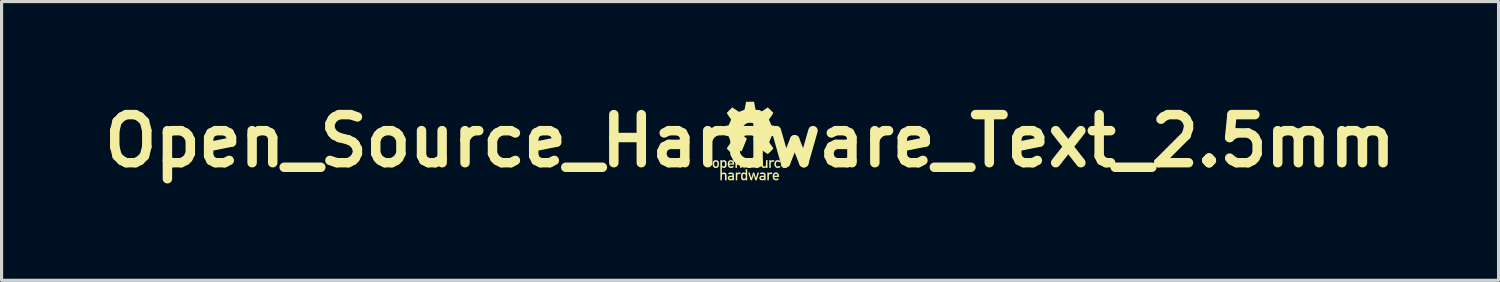
<source format=kicad_pcb>
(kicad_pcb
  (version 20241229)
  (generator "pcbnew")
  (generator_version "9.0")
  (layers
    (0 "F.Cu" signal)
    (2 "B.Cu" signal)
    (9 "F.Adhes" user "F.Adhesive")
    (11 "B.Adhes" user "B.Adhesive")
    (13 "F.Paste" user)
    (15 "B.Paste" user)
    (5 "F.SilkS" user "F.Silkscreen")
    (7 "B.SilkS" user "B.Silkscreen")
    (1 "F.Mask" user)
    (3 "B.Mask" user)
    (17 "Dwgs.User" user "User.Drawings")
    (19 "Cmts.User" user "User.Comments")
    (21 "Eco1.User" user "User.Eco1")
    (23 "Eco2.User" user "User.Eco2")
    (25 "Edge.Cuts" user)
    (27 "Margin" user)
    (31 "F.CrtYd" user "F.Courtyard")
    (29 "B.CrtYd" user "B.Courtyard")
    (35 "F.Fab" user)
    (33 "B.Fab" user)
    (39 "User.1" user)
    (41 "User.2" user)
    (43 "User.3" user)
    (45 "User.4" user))
  (footprint "Open_Source_Hardware_Text_2.5mm"
    (layer "F.Cu")
    (at 20.726 1.418)
    (property "Reference" "Open_Source_Hardware_Text_2.5mm" (at 0 0 0) (layer "F.SilkS") (effects (font (size 1.524 1.524) (thickness 0.3))))
    (attr board_only exclude_from_pos_files exclude_from_bom)
    (fp_poly (pts (xy 0.674 0.999) (xy 0.696 1.006) (xy 0.704 1.011) (xy 0.709 1.015) (xy 0.708 1.021) (xy 0.703 1.029) (xy 0.693 1.041) (xy 0.69 1.044) (xy 0.678 1.058) (xy 0.663 1.051) (xy 0.652 1.046) (xy 0.643 1.046) (xy 0.631 1.049) (xy 0.629 1.05) (xy 0.619 1.054) (xy 0.611 1.059) (xy 0.605 1.067) (xy 0.601 1.078) (xy 0.598 1.094) (xy 0.597 1.115) (xy 0.596 1.144) (xy 0.596 1.167) (xy 0.596 1.248) (xy 0.548 1.248) (xy 0.548 1.002) (xy 0.572 1.002) (xy 0.586 1.002) (xy 0.593 1.003) (xy 0.595 1.007) (xy 0.596 1.015) (xy 0.596 1.015) (xy 0.596 1.028) (xy 0.606 1.019) (xy 0.626 1.005) (xy 0.649 0.998)) (stroke (width 0) (type solid)) (fill yes) (layer "F.SilkS"))
    (fp_poly (pts (xy -0.326 0.999) (xy -0.305 1.005) (xy -0.3 1.008) (xy -0.294 1.012) (xy -0.292 1.016) (xy -0.294 1.022) (xy -0.301 1.031) (xy -0.312 1.044) (xy -0.319 1.053) (xy -0.325 1.055) (xy -0.332 1.053) (xy -0.335 1.051) (xy -0.35 1.046) (xy -0.363 1.046) (xy -0.378 1.052) (xy -0.387 1.057) (xy -0.394 1.063) (xy -0.399 1.072) (xy -0.402 1.085) (xy -0.404 1.102) (xy -0.405 1.125) (xy -0.406 1.156) (xy -0.406 1.168) (xy -0.406 1.248) (xy -0.453 1.248) (xy -0.453 1.002) (xy -0.43 1.002) (xy -0.416 1.002) (xy -0.409 1.004) (xy -0.406 1.007) (xy -0.406 1.013) (xy -0.405 1.021) (xy -0.402 1.023) (xy -0.395 1.019) (xy -0.388 1.013) (xy -0.37 1.003) (xy -0.349 0.998)) (stroke (width 0) (type solid)) (fill yes) (layer "F.SilkS"))
    (fp_poly (pts (xy 0.74 0.61) (xy 0.754 0.613) (xy 0.766 0.618) (xy 0.772 0.623) (xy 0.773 0.625) (xy 0.77 0.63) (xy 0.763 0.639) (xy 0.756 0.647) (xy 0.747 0.658) (xy 0.74 0.663) (xy 0.735 0.663) (xy 0.731 0.661) (xy 0.715 0.657) (xy 0.697 0.657) (xy 0.681 0.662) (xy 0.677 0.665) (xy 0.67 0.672) (xy 0.665 0.681) (xy 0.661 0.693) (xy 0.659 0.709) (xy 0.657 0.731) (xy 0.656 0.76) (xy 0.656 0.781) (xy 0.656 0.855) (xy 0.609 0.855) (xy 0.609 0.609) (xy 0.633 0.609) (xy 0.646 0.609) (xy 0.653 0.611) (xy 0.656 0.614) (xy 0.656 0.622) (xy 0.656 0.635) (xy 0.67 0.625) (xy 0.686 0.615) (xy 0.701 0.61) (xy 0.72 0.608) (xy 0.726 0.608)) (stroke (width 0) (type solid)) (fill yes) (layer "F.SilkS"))
    (fp_poly (pts (xy -0.322 0.611) (xy -0.302 0.621) (xy -0.289 0.633) (xy -0.282 0.641) (xy -0.276 0.649) (xy -0.272 0.659) (xy -0.269 0.671) (xy -0.267 0.688) (xy -0.266 0.709) (xy -0.265 0.737) (xy -0.264 0.763) (xy -0.263 0.855) (xy -0.315 0.855) (xy -0.316 0.768) (xy -0.317 0.682) (xy -0.331 0.669) (xy -0.348 0.659) (xy -0.366 0.656) (xy -0.384 0.659) (xy -0.392 0.663) (xy -0.4 0.67) (xy -0.405 0.678) (xy -0.409 0.688) (xy -0.412 0.703) (xy -0.414 0.723) (xy -0.414 0.749) (xy -0.415 0.777) (xy -0.415 0.855) (xy -0.462 0.855) (xy -0.462 0.609) (xy -0.438 0.609) (xy -0.425 0.609) (xy -0.418 0.611) (xy -0.415 0.614) (xy -0.415 0.622) (xy -0.415 0.635) (xy -0.401 0.625) (xy -0.385 0.615) (xy -0.37 0.61) (xy -0.351 0.608) (xy -0.345 0.608)) (stroke (width 0) (type solid)) (fill yes) (layer "F.SilkS"))
    (fp_poly (pts (xy 0.406 0.691) (xy 0.406 0.723) (xy 0.407 0.748) (xy 0.408 0.767) (xy 0.411 0.78) (xy 0.414 0.79) (xy 0.42 0.796) (xy 0.426 0.801) (xy 0.43 0.803) (xy 0.448 0.809) (xy 0.467 0.808) (xy 0.481 0.802) (xy 0.489 0.795) (xy 0.495 0.788) (xy 0.499 0.777) (xy 0.502 0.763) (xy 0.504 0.744) (xy 0.505 0.718) (xy 0.505 0.687) (xy 0.505 0.609) (xy 0.553 0.609) (xy 0.553 0.855) (xy 0.505 0.855) (xy 0.505 0.828) (xy 0.495 0.837) (xy 0.479 0.848) (xy 0.458 0.856) (xy 0.439 0.859) (xy 0.427 0.857) (xy 0.412 0.852) (xy 0.401 0.847) (xy 0.385 0.838) (xy 0.375 0.827) (xy 0.367 0.814) (xy 0.364 0.807) (xy 0.361 0.799) (xy 0.359 0.791) (xy 0.357 0.781) (xy 0.356 0.767) (xy 0.356 0.747) (xy 0.355 0.722) (xy 0.355 0.701) (xy 0.353 0.609) (xy 0.406 0.609)) (stroke (width 0) (type solid)) (fill yes) (layer "F.SilkS"))
    (fp_poly (pts (xy 0.911 0.611) (xy 0.936 0.621) (xy 0.957 0.635) (xy 0.959 0.637) (xy 0.969 0.648) (xy 0.954 0.663) (xy 0.945 0.672) (xy 0.938 0.677) (xy 0.936 0.678) (xy 0.931 0.676) (xy 0.922 0.67) (xy 0.917 0.667) (xy 0.898 0.658) (xy 0.877 0.656) (xy 0.857 0.66) (xy 0.84 0.67) (xy 0.828 0.685) (xy 0.827 0.689) (xy 0.823 0.701) (xy 0.821 0.718) (xy 0.82 0.732) (xy 0.823 0.76) (xy 0.83 0.781) (xy 0.842 0.797) (xy 0.86 0.806) (xy 0.867 0.808) (xy 0.889 0.809) (xy 0.91 0.803) (xy 0.922 0.794) (xy 0.931 0.789) (xy 0.939 0.789) (xy 0.95 0.796) (xy 0.958 0.805) (xy 0.969 0.816) (xy 0.956 0.829) (xy 0.938 0.843) (xy 0.915 0.853) (xy 0.889 0.858) (xy 0.864 0.858) (xy 0.851 0.855) (xy 0.823 0.843) (xy 0.801 0.824) (xy 0.784 0.8) (xy 0.774 0.771) (xy 0.769 0.739) (xy 0.772 0.705) (xy 0.773 0.701) (xy 0.783 0.669) (xy 0.798 0.643) (xy 0.817 0.625) (xy 0.842 0.613) (xy 0.873 0.608) (xy 0.881 0.608)) (stroke (width 0) (type solid)) (fill yes) (layer "F.SilkS"))
    (fp_poly (pts (xy -1.056 0.611) (xy -1.031 0.62) (xy -1.012 0.635) (xy -0.998 0.657) (xy -0.989 0.685) (xy -0.986 0.717) (xy -0.986 0.754) (xy -0.99 0.785) (xy -0.999 0.81) (xy -1.012 0.829) (xy -1.031 0.844) (xy -1.038 0.847) (xy -1.058 0.854) (xy -1.082 0.858) (xy -1.105 0.857) (xy -1.119 0.853) (xy -1.145 0.84) (xy -1.164 0.823) (xy -1.177 0.799) (xy -1.184 0.775) (xy -1.186 0.756) (xy -1.187 0.733) (xy -1.186 0.73) (xy -1.136 0.73) (xy -1.135 0.756) (xy -1.132 0.775) (xy -1.127 0.788) (xy -1.119 0.798) (xy -1.107 0.804) (xy -1.106 0.805) (xy -1.095 0.809) (xy -1.088 0.811) (xy -1.081 0.81) (xy -1.07 0.807) (xy -1.053 0.799) (xy -1.044 0.789) (xy -1.039 0.781) (xy -1.036 0.773) (xy -1.035 0.762) (xy -1.034 0.745) (xy -1.034 0.734) (xy -1.036 0.705) (xy -1.04 0.684) (xy -1.048 0.67) (xy -1.061 0.661) (xy -1.078 0.657) (xy -1.088 0.656) (xy -1.102 0.658) (xy -1.112 0.663) (xy -1.121 0.671) (xy -1.136 0.686) (xy -1.136 0.73) (xy -1.186 0.73) (xy -1.186 0.709) (xy -1.183 0.687) (xy -1.18 0.67) (xy -1.179 0.667) (xy -1.165 0.643) (xy -1.146 0.625) (xy -1.122 0.613) (xy -1.092 0.608) (xy -1.087 0.608)) (stroke (width 0) (type solid)) (fill yes) (layer "F.SilkS"))
    (fp_poly (pts (xy 1.116 0.612) (xy 1.142 0.623) (xy 1.162 0.64) (xy 1.176 0.664) (xy 1.185 0.693) (xy 1.188 0.724) (xy 1.188 0.751) (xy 1.031 0.751) (xy 1.034 0.765) (xy 1.039 0.782) (xy 1.047 0.794) (xy 1.059 0.803) (xy 1.079 0.811) (xy 1.102 0.811) (xy 1.125 0.804) (xy 1.13 0.801) (xy 1.15 0.789) (xy 1.181 0.821) (xy 1.166 0.834) (xy 1.143 0.848) (xy 1.116 0.856) (xy 1.087 0.858) (xy 1.058 0.854) (xy 1.055 0.853) (xy 1.031 0.842) (xy 1.012 0.825) (xy 0.998 0.803) (xy 0.993 0.791) (xy 0.99 0.781) (xy 0.988 0.768) (xy 0.987 0.752) (xy 0.987 0.734) (xy 0.988 0.703) (xy 0.988 0.7) (xy 1.034 0.7) (xy 1.034 0.708) (xy 1.034 0.708) (xy 1.04 0.71) (xy 1.052 0.711) (xy 1.07 0.712) (xy 1.086 0.713) (xy 1.136 0.713) (xy 1.136 0.702) (xy 1.132 0.683) (xy 1.123 0.668) (xy 1.109 0.659) (xy 1.093 0.654) (xy 1.076 0.654) (xy 1.06 0.66) (xy 1.046 0.671) (xy 1.037 0.688) (xy 1.036 0.689) (xy 1.034 0.7) (xy 0.988 0.7) (xy 0.992 0.679) (xy 0.999 0.659) (xy 1.009 0.643) (xy 1.02 0.633) (xy 1.035 0.62) (xy 1.05 0.613) (xy 1.068 0.609) (xy 1.087 0.608)) (stroke (width 0) (type solid)) (fill yes) (layer "F.SilkS"))
    (fp_poly (pts (xy 0.828 0.999) (xy 0.857 1.006) (xy 0.88 1.019) (xy 0.899 1.039) (xy 0.911 1.066) (xy 0.918 1.098) (xy 0.92 1.121) (xy 0.92 1.14) (xy 0.763 1.14) (xy 0.766 1.156) (xy 0.772 1.176) (xy 0.784 1.19) (xy 0.797 1.198) (xy 0.817 1.203) (xy 0.84 1.201) (xy 0.861 1.192) (xy 0.865 1.19) (xy 0.879 1.18) (xy 0.912 1.21) (xy 0.902 1.22) (xy 0.883 1.236) (xy 0.858 1.245) (xy 0.827 1.248) (xy 0.825 1.248) (xy 0.804 1.247) (xy 0.787 1.244) (xy 0.777 1.241) (xy 0.754 1.228) (xy 0.738 1.21) (xy 0.726 1.186) (xy 0.719 1.156) (xy 0.718 1.135) (xy 0.718 1.102) (xy 0.719 1.092) (xy 0.764 1.092) (xy 0.767 1.097) (xy 0.774 1.1) (xy 0.787 1.101) (xy 0.808 1.101) (xy 0.816 1.101) (xy 0.838 1.101) (xy 0.853 1.101) (xy 0.862 1.1) (xy 0.866 1.098) (xy 0.868 1.095) (xy 0.868 1.092) (xy 0.865 1.078) (xy 0.857 1.064) (xy 0.846 1.052) (xy 0.845 1.052) (xy 0.831 1.046) (xy 0.814 1.045) (xy 0.796 1.049) (xy 0.79 1.052) (xy 0.779 1.061) (xy 0.771 1.073) (xy 0.77 1.073) (xy 0.766 1.085) (xy 0.764 1.092) (xy 0.719 1.092) (xy 0.721 1.075) (xy 0.729 1.053) (xy 0.741 1.035) (xy 0.749 1.026) (xy 0.77 1.009) (xy 0.794 1) (xy 0.821 0.998)) (stroke (width 0) (type solid)) (fill yes) (layer "F.SilkS"))
    (fp_poly (pts (xy 0.24 0.611) (xy 0.263 0.62) (xy 0.282 0.635) (xy 0.288 0.641) (xy 0.298 0.653) (xy 0.304 0.667) (xy 0.308 0.683) (xy 0.31 0.705) (xy 0.311 0.733) (xy 0.311 0.736) (xy 0.31 0.76) (xy 0.309 0.778) (xy 0.307 0.791) (xy 0.303 0.801) (xy 0.287 0.825) (xy 0.266 0.843) (xy 0.242 0.854) (xy 0.214 0.859) (xy 0.186 0.856) (xy 0.175 0.852) (xy 0.154 0.841) (xy 0.135 0.823) (xy 0.121 0.802) (xy 0.12 0.801) (xy 0.117 0.79) (xy 0.114 0.777) (xy 0.113 0.76) (xy 0.112 0.736) (xy 0.112 0.732) (xy 0.16 0.732) (xy 0.161 0.759) (xy 0.165 0.779) (xy 0.173 0.793) (xy 0.185 0.803) (xy 0.191 0.805) (xy 0.204 0.81) (xy 0.214 0.811) (xy 0.226 0.808) (xy 0.231 0.806) (xy 0.246 0.797) (xy 0.256 0.784) (xy 0.261 0.765) (xy 0.263 0.74) (xy 0.263 0.735) (xy 0.263 0.714) (xy 0.26 0.696) (xy 0.257 0.685) (xy 0.247 0.67) (xy 0.232 0.66) (xy 0.214 0.656) (xy 0.196 0.658) (xy 0.18 0.666) (xy 0.168 0.679) (xy 0.164 0.688) (xy 0.161 0.699) (xy 0.16 0.715) (xy 0.16 0.732) (xy 0.112 0.732) (xy 0.113 0.707) (xy 0.115 0.685) (xy 0.119 0.668) (xy 0.125 0.654) (xy 0.134 0.642) (xy 0.135 0.641) (xy 0.154 0.623) (xy 0.176 0.613) (xy 0.202 0.609) (xy 0.212 0.608)) (stroke (width 0) (type solid)) (fill yes) (layer "F.SilkS"))
    (fp_poly (pts (xy -0.576 0.612) (xy -0.551 0.623) (xy -0.531 0.641) (xy -0.521 0.656) (xy -0.514 0.67) (xy -0.51 0.684) (xy -0.507 0.7) (xy -0.506 0.715) (xy -0.504 0.751) (xy -0.582 0.751) (xy -0.611 0.751) (xy -0.633 0.752) (xy -0.647 0.753) (xy -0.656 0.755) (xy -0.66 0.758) (xy -0.66 0.763) (xy -0.658 0.771) (xy -0.654 0.779) (xy -0.643 0.796) (xy -0.627 0.807) (xy -0.607 0.811) (xy -0.586 0.81) (xy -0.564 0.802) (xy -0.563 0.801) (xy -0.544 0.79) (xy -0.512 0.821) (xy -0.527 0.834) (xy -0.549 0.848) (xy -0.577 0.856) (xy -0.606 0.859) (xy -0.634 0.854) (xy -0.637 0.853) (xy -0.662 0.842) (xy -0.681 0.825) (xy -0.694 0.803) (xy -0.7 0.791) (xy -0.703 0.781) (xy -0.705 0.768) (xy -0.706 0.752) (xy -0.706 0.734) (xy -0.705 0.703) (xy -0.704 0.7) (xy -0.659 0.7) (xy -0.659 0.708) (xy -0.659 0.708) (xy -0.653 0.71) (xy -0.641 0.711) (xy -0.623 0.712) (xy -0.606 0.713) (xy -0.557 0.713) (xy -0.557 0.702) (xy -0.561 0.683) (xy -0.57 0.668) (xy -0.583 0.659) (xy -0.599 0.654) (xy -0.616 0.654) (xy -0.633 0.66) (xy -0.646 0.671) (xy -0.656 0.688) (xy -0.657 0.689) (xy -0.659 0.7) (xy -0.704 0.7) (xy -0.701 0.679) (xy -0.694 0.659) (xy -0.684 0.643) (xy -0.673 0.633) (xy -0.658 0.62) (xy -0.643 0.613) (xy -0.626 0.609) (xy -0.605 0.608)) (stroke (width 0) (type solid)) (fill yes) (layer "F.SilkS"))
    (fp_poly (pts (xy -0.091 1.248) (xy -0.114 1.248) (xy -0.128 1.248) (xy -0.135 1.246) (xy -0.138 1.243) (xy -0.138 1.237) (xy -0.139 1.229) (xy -0.142 1.227) (xy -0.148 1.231) (xy -0.156 1.236) (xy -0.171 1.243) (xy -0.19 1.247) (xy -0.211 1.247) (xy -0.231 1.245) (xy -0.241 1.241) (xy -0.26 1.227) (xy -0.275 1.207) (xy -0.28 1.193) (xy -0.283 1.18) (xy -0.284 1.162) (xy -0.285 1.141) (xy -0.237 1.141) (xy -0.233 1.166) (xy -0.224 1.185) (xy -0.21 1.196) (xy -0.191 1.2) (xy -0.189 1.2) (xy -0.169 1.197) (xy -0.159 1.192) (xy -0.148 1.18) (xy -0.142 1.165) (xy -0.139 1.143) (xy -0.139 1.115) (xy -0.139 1.114) (xy -0.141 1.09) (xy -0.145 1.072) (xy -0.152 1.06) (xy -0.162 1.053) (xy -0.172 1.049) (xy -0.188 1.046) (xy -0.202 1.048) (xy -0.205 1.049) (xy -0.218 1.057) (xy -0.228 1.07) (xy -0.234 1.09) (xy -0.236 1.108) (xy -0.237 1.141) (xy -0.285 1.141) (xy -0.285 1.139) (xy -0.285 1.115) (xy -0.284 1.092) (xy -0.283 1.072) (xy -0.281 1.057) (xy -0.281 1.053) (xy -0.273 1.038) (xy -0.26 1.023) (xy -0.244 1.009) (xy -0.228 1.001) (xy -0.223 0.999) (xy -0.197 0.998) (xy -0.173 1.004) (xy -0.158 1.012) (xy -0.148 1.019) (xy -0.142 1.023) (xy -0.141 1.023) (xy -0.14 1.019) (xy -0.139 1.008) (xy -0.138 0.991) (xy -0.138 0.971) (xy -0.138 0.961) (xy -0.138 0.898) (xy -0.091 0.898)) (stroke (width 0) (type solid)) (fill yes) (layer "F.SilkS"))
    (fp_poly (pts (xy -0.003 1.025) (xy 0.001 1.037) (xy 0.006 1.056) (xy 0.012 1.078) (xy 0.018 1.102) (xy 0.02 1.109) (xy 0.026 1.13) (xy 0.031 1.149) (xy 0.035 1.162) (xy 0.038 1.169) (xy 0.039 1.17) (xy 0.041 1.166) (xy 0.045 1.155) (xy 0.051 1.139) (xy 0.058 1.117) (xy 0.066 1.093) (xy 0.068 1.086) (xy 0.095 1.002) (xy 0.132 1.002) (xy 0.159 1.087) (xy 0.167 1.112) (xy 0.175 1.134) (xy 0.181 1.151) (xy 0.186 1.163) (xy 0.188 1.169) (xy 0.188 1.169) (xy 0.19 1.164) (xy 0.194 1.153) (xy 0.199 1.135) (xy 0.205 1.113) (xy 0.212 1.088) (xy 0.213 1.085) (xy 0.236 1.004) (xy 0.26 1.003) (xy 0.274 1.003) (xy 0.283 1.003) (xy 0.285 1.005) (xy 0.284 1.01) (xy 0.28 1.022) (xy 0.275 1.04) (xy 0.268 1.063) (xy 0.259 1.09) (xy 0.25 1.12) (xy 0.247 1.128) (xy 0.209 1.248) (xy 0.166 1.248) (xy 0.151 1.197) (xy 0.144 1.173) (xy 0.136 1.147) (xy 0.129 1.123) (xy 0.125 1.11) (xy 0.113 1.073) (xy 0.1 1.118) (xy 0.092 1.143) (xy 0.084 1.171) (xy 0.076 1.196) (xy 0.073 1.206) (xy 0.06 1.248) (xy 0.018 1.248) (xy 0.011 1.227) (xy 0.008 1.217) (xy 0.003 1.201) (xy -0.004 1.179) (xy -0.012 1.153) (xy -0.021 1.125) (xy -0.026 1.11) (xy -0.035 1.082) (xy -0.043 1.057) (xy -0.05 1.036) (xy -0.055 1.02) (xy -0.058 1.01) (xy -0.059 1.007) (xy -0.058 1.004) (xy -0.05 1.002) (xy -0.035 1.002) (xy -0.009 1.002)) (stroke (width 0) (type solid)) (fill yes) (layer "F.SilkS"))
    (fp_poly (pts (xy -0.024 0.609) (xy -0.013 0.61) (xy 0.008 0.611) (xy 0.023 0.613) (xy 0.035 0.616) (xy 0.047 0.622) (xy 0.051 0.624) (xy 0.063 0.631) (xy 0.071 0.636) (xy 0.073 0.639) (xy 0.071 0.644) (xy 0.064 0.652) (xy 0.059 0.658) (xy 0.045 0.675) (xy 0.027 0.665) (xy 0.007 0.657) (xy -0.014 0.653) (xy -0.032 0.654) (xy -0.048 0.658) (xy -0.059 0.667) (xy -0.064 0.678) (xy -0.063 0.688) (xy -0.061 0.695) (xy -0.056 0.7) (xy -0.047 0.703) (xy -0.033 0.706) (xy -0.013 0.708) (xy -0.008 0.708) (xy 0.023 0.713) (xy 0.047 0.721) (xy 0.064 0.733) (xy 0.074 0.749) (xy 0.079 0.77) (xy 0.08 0.782) (xy 0.076 0.806) (xy 0.066 0.825) (xy 0.048 0.84) (xy 0.036 0.847) (xy 0.015 0.854) (xy -0.011 0.858) (xy -0.037 0.858) (xy -0.06 0.854) (xy -0.064 0.853) (xy -0.079 0.847) (xy -0.096 0.839) (xy -0.111 0.83) (xy -0.122 0.822) (xy -0.124 0.819) (xy -0.126 0.814) (xy -0.123 0.808) (xy -0.113 0.798) (xy -0.112 0.797) (xy -0.096 0.78) (xy -0.082 0.791) (xy -0.061 0.805) (xy -0.036 0.811) (xy -0.013 0.811) (xy 0.009 0.807) (xy 0.023 0.8) (xy 0.029 0.788) (xy 0.03 0.781) (xy 0.028 0.771) (xy 0.021 0.763) (xy 0.007 0.758) (xy -0.014 0.755) (xy -0.024 0.754) (xy -0.056 0.749) (xy -0.08 0.74) (xy -0.097 0.727) (xy -0.108 0.709) (xy -0.112 0.687) (xy -0.112 0.682) (xy -0.109 0.657) (xy -0.099 0.638) (xy -0.081 0.623) (xy -0.073 0.618) (xy -0.063 0.614) (xy -0.053 0.611) (xy -0.041 0.609)) (stroke (width 0) (type solid)) (fill yes) (layer "F.SilkS"))
    (fp_poly (pts (xy 0.422 1) (xy 0.446 1.007) (xy 0.466 1.019) (xy 0.468 1.021) (xy 0.476 1.029) (xy 0.481 1.037) (xy 0.486 1.048) (xy 0.489 1.062) (xy 0.491 1.081) (xy 0.492 1.105) (xy 0.492 1.136) (xy 0.492 1.158) (xy 0.492 1.248) (xy 0.469 1.248) (xy 0.455 1.248) (xy 0.448 1.246) (xy 0.445 1.243) (xy 0.445 1.237) (xy 0.445 1.227) (xy 0.429 1.237) (xy 0.411 1.245) (xy 0.389 1.248) (xy 0.365 1.248) (xy 0.342 1.242) (xy 0.332 1.238) (xy 0.313 1.224) (xy 0.301 1.206) (xy 0.294 1.185) (xy 0.294 1.176) (xy 0.341 1.176) (xy 0.346 1.189) (xy 0.355 1.199) (xy 0.364 1.202) (xy 0.38 1.204) (xy 0.397 1.203) (xy 0.414 1.2) (xy 0.427 1.196) (xy 0.433 1.193) (xy 0.439 1.181) (xy 0.442 1.163) (xy 0.443 1.142) (xy 0.415 1.141) (xy 0.389 1.141) (xy 0.369 1.143) (xy 0.355 1.149) (xy 0.35 1.152) (xy 0.342 1.163) (xy 0.341 1.176) (xy 0.294 1.176) (xy 0.294 1.164) (xy 0.301 1.143) (xy 0.314 1.124) (xy 0.325 1.115) (xy 0.333 1.11) (xy 0.342 1.106) (xy 0.351 1.104) (xy 0.365 1.103) (xy 0.385 1.102) (xy 0.394 1.102) (xy 0.446 1.1) (xy 0.444 1.08) (xy 0.44 1.064) (xy 0.433 1.054) (xy 0.421 1.048) (xy 0.402 1.045) (xy 0.393 1.045) (xy 0.375 1.046) (xy 0.362 1.048) (xy 0.354 1.053) (xy 0.348 1.058) (xy 0.342 1.058) (xy 0.336 1.055) (xy 0.325 1.048) (xy 0.315 1.04) (xy 0.308 1.033) (xy 0.307 1.031) (xy 0.31 1.027) (xy 0.318 1.02) (xy 0.321 1.018) (xy 0.342 1.006) (xy 0.367 0.999) (xy 0.395 0.997)) (stroke (width 0) (type solid)) (fill yes) (layer "F.SilkS"))
    (fp_poly (pts (xy -0.59 0.999) (xy -0.562 1.005) (xy -0.54 1.015) (xy -0.523 1.03) (xy -0.514 1.049) (xy -0.513 1.058) (xy -0.512 1.074) (xy -0.511 1.095) (xy -0.51 1.121) (xy -0.51 1.149) (xy -0.51 1.156) (xy -0.51 1.248) (xy -0.533 1.248) (xy -0.547 1.248) (xy -0.554 1.246) (xy -0.557 1.243) (xy -0.557 1.236) (xy -0.557 1.225) (xy -0.568 1.235) (xy -0.575 1.241) (xy -0.583 1.244) (xy -0.595 1.246) (xy -0.612 1.247) (xy -0.615 1.247) (xy -0.639 1.247) (xy -0.657 1.244) (xy -0.663 1.242) (xy -0.678 1.232) (xy -0.692 1.218) (xy -0.702 1.202) (xy -0.706 1.19) (xy -0.707 1.172) (xy -0.659 1.172) (xy -0.658 1.184) (xy -0.653 1.191) (xy -0.643 1.197) (xy -0.623 1.203) (xy -0.6 1.204) (xy -0.579 1.2) (xy -0.569 1.195) (xy -0.563 1.185) (xy -0.561 1.178) (xy -0.557 1.162) (xy -0.557 1.151) (xy -0.563 1.145) (xy -0.574 1.142) (xy -0.592 1.141) (xy -0.594 1.141) (xy -0.62 1.141) (xy -0.639 1.145) (xy -0.651 1.152) (xy -0.657 1.162) (xy -0.659 1.172) (xy -0.707 1.172) (xy -0.707 1.165) (xy -0.7 1.143) (xy -0.686 1.124) (xy -0.672 1.114) (xy -0.662 1.109) (xy -0.652 1.106) (xy -0.639 1.104) (xy -0.621 1.102) (xy -0.606 1.102) (xy -0.557 1.1) (xy -0.557 1.083) (xy -0.56 1.067) (xy -0.568 1.056) (xy -0.575 1.05) (xy -0.583 1.047) (xy -0.594 1.045) (xy -0.608 1.045) (xy -0.627 1.046) (xy -0.639 1.048) (xy -0.648 1.053) (xy -0.648 1.053) (xy -0.654 1.058) (xy -0.66 1.058) (xy -0.666 1.055) (xy -0.677 1.047) (xy -0.677 1.047) (xy -0.696 1.033) (xy -0.687 1.024) (xy -0.668 1.01) (xy -0.642 1.001) (xy -0.621 0.998)) (stroke (width 0) (type solid)) (fill yes) (layer "F.SilkS"))
    (fp_poly (pts (xy -0.798 0.613) (xy -0.776 0.624) (xy -0.761 0.639) (xy -0.753 0.656) (xy -0.747 0.68) (xy -0.743 0.71) (xy -0.743 0.732) (xy -0.744 0.768) (xy -0.749 0.797) (xy -0.758 0.82) (xy -0.771 0.837) (xy -0.788 0.849) (xy -0.792 0.851) (xy -0.814 0.858) (xy -0.834 0.858) (xy -0.857 0.851) (xy -0.866 0.846) (xy -0.879 0.84) (xy -0.888 0.835) (xy -0.892 0.833) (xy -0.893 0.838) (xy -0.893 0.849) (xy -0.893 0.867) (xy -0.894 0.889) (xy -0.894 0.916) (xy -0.894 0.928) (xy -0.894 0.962) (xy -0.893 0.987) (xy -0.892 1.005) (xy -0.891 1.017) (xy -0.889 1.022) (xy -0.886 1.023) (xy -0.883 1.019) (xy -0.883 1.019) (xy -0.875 1.012) (xy -0.862 1.006) (xy -0.847 1.001) (xy -0.832 0.998) (xy -0.827 0.998) (xy -0.803 1.002) (xy -0.78 1.013) (xy -0.762 1.029) (xy -0.75 1.05) (xy -0.747 1.057) (xy -0.746 1.066) (xy -0.745 1.082) (xy -0.744 1.104) (xy -0.743 1.13) (xy -0.743 1.157) (xy -0.743 1.161) (xy -0.743 1.248) (xy -0.795 1.248) (xy -0.795 1.075) (xy -0.807 1.062) (xy -0.824 1.051) (xy -0.842 1.047) (xy -0.861 1.05) (xy -0.877 1.061) (xy -0.884 1.07) (xy -0.887 1.075) (xy -0.889 1.082) (xy -0.89 1.093) (xy -0.892 1.108) (xy -0.892 1.129) (xy -0.893 1.156) (xy -0.893 1.165) (xy -0.895 1.248) (xy -0.941 1.248) (xy -0.941 0.732) (xy -0.891 0.732) (xy -0.891 0.754) (xy -0.889 0.77) (xy -0.885 0.782) (xy -0.884 0.785) (xy -0.871 0.8) (xy -0.855 0.808) (xy -0.836 0.809) (xy -0.818 0.803) (xy -0.813 0.801) (xy -0.805 0.794) (xy -0.8 0.784) (xy -0.796 0.77) (xy -0.795 0.751) (xy -0.795 0.731) (xy -0.796 0.704) (xy -0.799 0.683) (xy -0.806 0.669) (xy -0.817 0.661) (xy -0.832 0.657) (xy -0.842 0.656) (xy -0.86 0.658) (xy -0.874 0.665) (xy -0.883 0.677) (xy -0.889 0.695) (xy -0.891 0.721) (xy -0.891 0.732) (xy -0.941 0.732) (xy -0.941 0.609) (xy -0.918 0.609) (xy -0.904 0.609) (xy -0.897 0.611) (xy -0.894 0.614) (xy -0.894 0.62) (xy -0.893 0.628) (xy -0.892 0.63) (xy -0.888 0.629) (xy -0.878 0.624) (xy -0.871 0.619) (xy -0.847 0.61) (xy -0.822 0.608)) (stroke (width 0) (type solid)) (fill yes) (layer "F.SilkS"))
    (fp_poly (pts (xy 0.09 -1.243) (xy 0.107 -1.242) (xy 0.118 -1.241) (xy 0.125 -1.24) (xy 0.127 -1.238) (xy 0.127 -1.238) (xy 0.129 -1.233) (xy 0.131 -1.22) (xy 0.135 -1.201) (xy 0.139 -1.177) (xy 0.145 -1.149) (xy 0.15 -1.118) (xy 0.151 -1.114) (xy 0.157 -1.083) (xy 0.162 -1.055) (xy 0.167 -1.031) (xy 0.171 -1.012) (xy 0.174 -0.999) (xy 0.176 -0.993) (xy 0.176 -0.993) (xy 0.182 -0.99) (xy 0.194 -0.984) (xy 0.211 -0.977) (xy 0.232 -0.968) (xy 0.255 -0.959) (xy 0.278 -0.949) (xy 0.3 -0.941) (xy 0.32 -0.933) (xy 0.336 -0.928) (xy 0.346 -0.925) (xy 0.348 -0.924) (xy 0.354 -0.926) (xy 0.366 -0.933) (xy 0.383 -0.944) (xy 0.404 -0.957) (xy 0.428 -0.973) (xy 0.454 -0.99) (xy 0.456 -0.991) (xy 0.482 -1.009) (xy 0.506 -1.025) (xy 0.526 -1.039) (xy 0.543 -1.05) (xy 0.555 -1.058) (xy 0.56 -1.061) (xy 0.56 -1.061) (xy 0.565 -1.059) (xy 0.574 -1.051) (xy 0.588 -1.039) (xy 0.604 -1.024) (xy 0.623 -1.006) (xy 0.643 -0.987) (xy 0.663 -0.967) (xy 0.683 -0.947) (xy 0.701 -0.929) (xy 0.716 -0.913) (xy 0.728 -0.9) (xy 0.735 -0.892) (xy 0.737 -0.889) (xy 0.735 -0.881) (xy 0.728 -0.867) (xy 0.716 -0.848) (xy 0.714 -0.845) (xy 0.703 -0.83) (xy 0.689 -0.809) (xy 0.673 -0.785) (xy 0.656 -0.76) (xy 0.644 -0.743) (xy 0.599 -0.677) (xy 0.637 -0.589) (xy 0.648 -0.563) (xy 0.658 -0.54) (xy 0.667 -0.521) (xy 0.674 -0.507) (xy 0.678 -0.499) (xy 0.679 -0.497) (xy 0.685 -0.495) (xy 0.698 -0.492) (xy 0.716 -0.488) (xy 0.738 -0.484) (xy 0.749 -0.481) (xy 0.795 -0.473) (xy 0.835 -0.466) (xy 0.867 -0.459) (xy 0.892 -0.454) (xy 0.909 -0.45) (xy 0.918 -0.448) (xy 0.919 -0.447) (xy 0.921 -0.442) (xy 0.922 -0.43) (xy 0.923 -0.412) (xy 0.923 -0.389) (xy 0.924 -0.363) (xy 0.924 -0.335) (xy 0.924 -0.307) (xy 0.924 -0.279) (xy 0.924 -0.254) (xy 0.923 -0.232) (xy 0.923 -0.215) (xy 0.922 -0.204) (xy 0.921 -0.2) (xy 0.916 -0.198) (xy 0.904 -0.195) (xy 0.886 -0.191) (xy 0.864 -0.186) (xy 0.838 -0.181) (xy 0.811 -0.175) (xy 0.783 -0.17) (xy 0.756 -0.165) (xy 0.731 -0.161) (xy 0.709 -0.157) (xy 0.696 -0.154) (xy 0.687 -0.15) (xy 0.685 -0.149) (xy 0.681 -0.143) (xy 0.676 -0.131) (xy 0.668 -0.113) (xy 0.659 -0.092) (xy 0.649 -0.069) (xy 0.64 -0.044) (xy 0.63 -0.021) (xy 0.622 0.001) (xy 0.615 0.019) (xy 0.611 0.032) (xy 0.609 0.039) (xy 0.609 0.039) (xy 0.61 0.043) (xy 0.614 0.05) (xy 0.621 0.062) (xy 0.631 0.077) (xy 0.644 0.098) (xy 0.662 0.124) (xy 0.684 0.156) (xy 0.707 0.189) (xy 0.718 0.206) (xy 0.728 0.22) (xy 0.734 0.231) (xy 0.737 0.236) (xy 0.736 0.24) (xy 0.729 0.249) (xy 0.718 0.262) (xy 0.701 0.28) (xy 0.679 0.304) (xy 0.654 0.329) (xy 0.631 0.351) (xy 0.611 0.371) (xy 0.593 0.388) (xy 0.578 0.402) (xy 0.568 0.411) (xy 0.562 0.414) (xy 0.562 0.415) (xy 0.557 0.412) (xy 0.546 0.406) (xy 0.53 0.395) (xy 0.51 0.382) (xy 0.486 0.367) (xy 0.467 0.353) (xy 0.442 0.336) (xy 0.419 0.321) (xy 0.399 0.308) (xy 0.383 0.298) (xy 0.373 0.292) (xy 0.369 0.29) (xy 0.36 0.292) (xy 0.346 0.297) (xy 0.328 0.306) (xy 0.318 0.311) (xy 0.301 0.32) (xy 0.286 0.327) (xy 0.275 0.331) (xy 0.271 0.332) (xy 0.268 0.327) (xy 0.262 0.316) (xy 0.255 0.301) (xy 0.247 0.282) (xy 0.246 0.28) (xy 0.219 0.216) (xy 0.196 0.159) (xy 0.176 0.11) (xy 0.158 0.067) (xy 0.143 0.031) (xy 0.131 0.001) (xy 0.122 -0.024) (xy 0.114 -0.043) (xy 0.109 -0.057) (xy 0.105 -0.066) (xy 0.104 -0.072) (xy 0.104 -0.073) (xy 0.107 -0.08) (xy 0.115 -0.087) (xy 0.117 -0.088) (xy 0.138 -0.102) (xy 0.161 -0.121) (xy 0.183 -0.142) (xy 0.201 -0.161) (xy 0.203 -0.164) (xy 0.228 -0.202) (xy 0.246 -0.243) (xy 0.255 -0.286) (xy 0.258 -0.329) (xy 0.252 -0.372) (xy 0.24 -0.414) (xy 0.221 -0.453) (xy 0.195 -0.489) (xy 0.162 -0.521) (xy 0.137 -0.54) (xy 0.112 -0.555) (xy 0.087 -0.565) (xy 0.061 -0.572) (xy 0.032 -0.575) (xy -0.002 -0.576) (xy -0.026 -0.576) (xy -0.044 -0.575) (xy -0.058 -0.574) (xy -0.07 -0.571) (xy -0.083 -0.566) (xy -0.088 -0.564) (xy -0.107 -0.556) (xy -0.125 -0.547) (xy -0.138 -0.54) (xy -0.158 -0.525) (xy -0.179 -0.506) (xy -0.199 -0.484) (xy -0.216 -0.462) (xy -0.228 -0.443) (xy -0.246 -0.398) (xy -0.256 -0.352) (xy -0.258 -0.307) (xy -0.251 -0.263) (xy -0.237 -0.221) (xy -0.215 -0.181) (xy -0.186 -0.145) (xy -0.15 -0.112) (xy -0.133 -0.099) (xy -0.118 -0.088) (xy -0.108 -0.079) (xy -0.104 -0.072) (xy -0.104 -0.072) (xy -0.105 -0.067) (xy -0.11 -0.054) (xy -0.117 -0.035) (xy -0.126 -0.011) (xy -0.138 0.017) (xy -0.15 0.048) (xy -0.164 0.082) (xy -0.165 0.083) (xy -0.18 0.119) (xy -0.194 0.155) (xy -0.208 0.189) (xy -0.221 0.22) (xy -0.232 0.247) (xy -0.241 0.268) (xy -0.246 0.28) (xy -0.254 0.3) (xy -0.262 0.315) (xy -0.268 0.327) (xy -0.271 0.332) (xy -0.271 0.332) (xy -0.277 0.33) (xy -0.288 0.326) (xy -0.304 0.318) (xy -0.318 0.311) (xy -0.338 0.301) (xy -0.354 0.294) (xy -0.366 0.29) (xy -0.369 0.29) (xy -0.375 0.293) (xy -0.387 0.3) (xy -0.404 0.311) (xy -0.424 0.325) (xy -0.448 0.34) (xy -0.467 0.353) (xy -0.492 0.37) (xy -0.514 0.385) (xy -0.534 0.398) (xy -0.549 0.407) (xy -0.559 0.413) (xy -0.562 0.415) (xy -0.566 0.412) (xy -0.576 0.403) (xy -0.59 0.39) (xy -0.608 0.374) (xy -0.628 0.354) (xy -0.651 0.332) (xy -0.654 0.329) (xy -0.682 0.3) (xy -0.704 0.278) (xy -0.72 0.26) (xy -0.73 0.248) (xy -0.736 0.24) (xy -0.737 0.236) (xy -0.734 0.23) (xy -0.726 0.218) (xy -0.716 0.203) (xy -0.707 0.189) (xy -0.681 0.151) (xy -0.659 0.12) (xy -0.642 0.095) (xy -0.629 0.075) (xy -0.619 0.06) (xy -0.613 0.049) (xy -0.61 0.042) (xy -0.609 0.039) (xy -0.61 0.033) (xy -0.615 0.02) (xy -0.621 0.002) (xy -0.63 -0.019) (xy -0.639 -0.043) (xy -0.649 -0.067) (xy -0.658 -0.091) (xy -0.667 -0.112) (xy -0.675 -0.13) (xy -0.681 -0.142) (xy -0.684 -0.148) (xy -0.685 -0.148) (xy -0.691 -0.152) (xy -0.704 -0.156) (xy -0.72 -0.159) (xy -0.722 -0.159) (xy -0.759 -0.166) (xy -0.794 -0.172) (xy -0.827 -0.179) (xy -0.857 -0.185) (xy -0.882 -0.19) (xy -0.902 -0.194) (xy -0.915 -0.198) (xy -0.921 -0.2) (xy -0.921 -0.2) (xy -0.922 -0.206) (xy -0.923 -0.219) (xy -0.923 -0.238) (xy -0.924 -0.261) (xy -0.924 -0.288) (xy -0.924 -0.316) (xy -0.924 -0.344) (xy -0.924 -0.371) (xy -0.923 -0.396) (xy -0.922 -0.418) (xy -0.921 -0.434) (xy -0.92 -0.445) (xy -0.919 -0.447) (xy -0.913 -0.449) (xy -0.898 -0.453) (xy -0.875 -0.458) (xy -0.845 -0.464) (xy -0.808 -0.471) (xy -0.764 -0.479) (xy -0.749 -0.481) (xy -0.726 -0.486) (xy -0.706 -0.49) (xy -0.691 -0.494) (xy -0.681 -0.496) (xy -0.679 -0.497) (xy -0.676 -0.502) (xy -0.67 -0.514) (xy -0.662 -0.531) (xy -0.653 -0.553) (xy -0.642 -0.578) (xy -0.637 -0.589) (xy -0.599 -0.677) (xy -0.622 -0.711) (xy -0.632 -0.726) (xy -0.646 -0.746) (xy -0.662 -0.769) (xy -0.679 -0.794) (xy -0.692 -0.813) (xy -0.711 -0.842) (xy -0.725 -0.864) (xy -0.734 -0.879) (xy -0.737 -0.888) (xy -0.737 -0.889) (xy -0.733 -0.895) (xy -0.724 -0.905) (xy -0.71 -0.919) (xy -0.694 -0.936) (xy -0.675 -0.955) (xy -0.655 -0.975) (xy -0.635 -0.995) (xy -0.615 -1.014) (xy -0.597 -1.03) (xy -0.582 -1.044) (xy -0.57 -1.055) (xy -0.562 -1.06) (xy -0.56 -1.061) (xy -0.555 -1.058) (xy -0.544 -1.051) (xy -0.527 -1.04) (xy -0.507 -1.026) (xy -0.483 -1.01) (xy -0.457 -0.993) (xy -0.455 -0.991) (xy -0.429 -0.974) (xy -0.405 -0.958) (xy -0.384 -0.944) (xy -0.366 -0.934) (xy -0.354 -0.927) (xy -0.348 -0.924) (xy -0.348 -0.924) (xy -0.342 -0.926) (xy -0.329 -0.93) (xy -0.311 -0.937) (xy -0.29 -0.945) (xy -0.268 -0.954) (xy -0.244 -0.963) (xy -0.222 -0.972) (xy -0.203 -0.98) (xy -0.188 -0.987) (xy -0.178 -0.991) (xy -0.176 -0.993) (xy -0.175 -0.996) (xy -0.173 -1.003) (xy -0.17 -1.015) (xy -0.166 -1.033) (xy -0.162 -1.056) (xy -0.156 -1.086) (xy -0.149 -1.123) (xy -0.141 -1.167) (xy -0.132 -1.213) (xy -0.127 -1.241) (xy -0.001 -1.243) (xy 0.037 -1.243) (xy 0.067 -1.243)) (stroke (width 0) (type solid)) (fill yes) (layer "F.SilkS")))
  (gr_rect
    (start -3 -3)
    (end 44.453 5.836)
    (stroke (width 0.1) (type default))
    (fill no)
    (layer "Edge.Cuts")))
</source>
